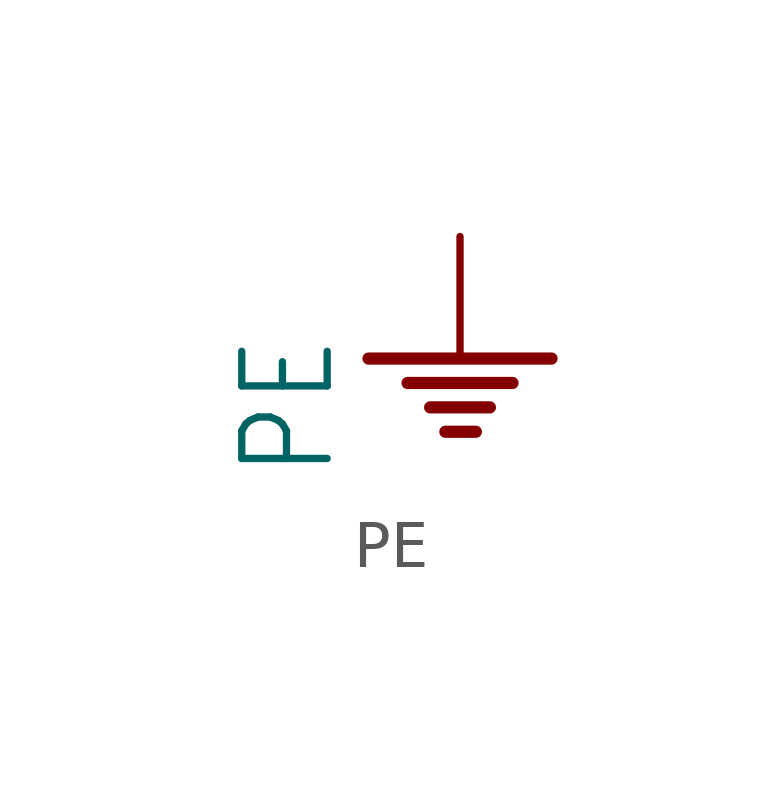
<source format=kicad_sym>
(kicad_symbol_lib
  (version 20211014)
  (generator kicad_symbol_editor)
  (symbol "PE"
    (power)
    (property "Reference" "#PE"
      (at 0 0 0)
      (effects (font (size 1.27 1.27)) hide))
    (property "Value" "PE"
      (at -2.54 -2.54 90)
      (effects (font (size 1.778 1.511)) (justify left bottom)))
    (property "ki_locked" ""
      (at 0 0 0)
      (effects (font (size 1.27 1.27))))
    (symbol "PE_1_0"
      (polyline (pts (xy -1.905 0) (xy 1.905 0)) (stroke (width 0.254) (type default) (color 0 0 0 0)) (fill (type none)))
      (polyline (pts (xy -1.092 -0.508) (xy 1.092 -0.508)) (stroke (width 0.254) (type default) (color 0 0 0 0)) (fill (type none)))
      (polyline (pts (xy -0.622 -1.016) (xy 0.622 -1.016)) (stroke (width 0.254) (type default) (color 0 0 0 0)) (fill (type none)))
      (polyline (pts (xy -0.305 -1.524) (xy 0.33 -1.524)) (stroke (width 0.254) (type default) (color 0 0 0 0)) (fill (type none)))
      (pin power_in line (at 0 2.54 270) (length 2.54) (name "PE" (effects (font (size 0 0)))) (number "1" (effects (font (size 0 0))))))))
</source>
